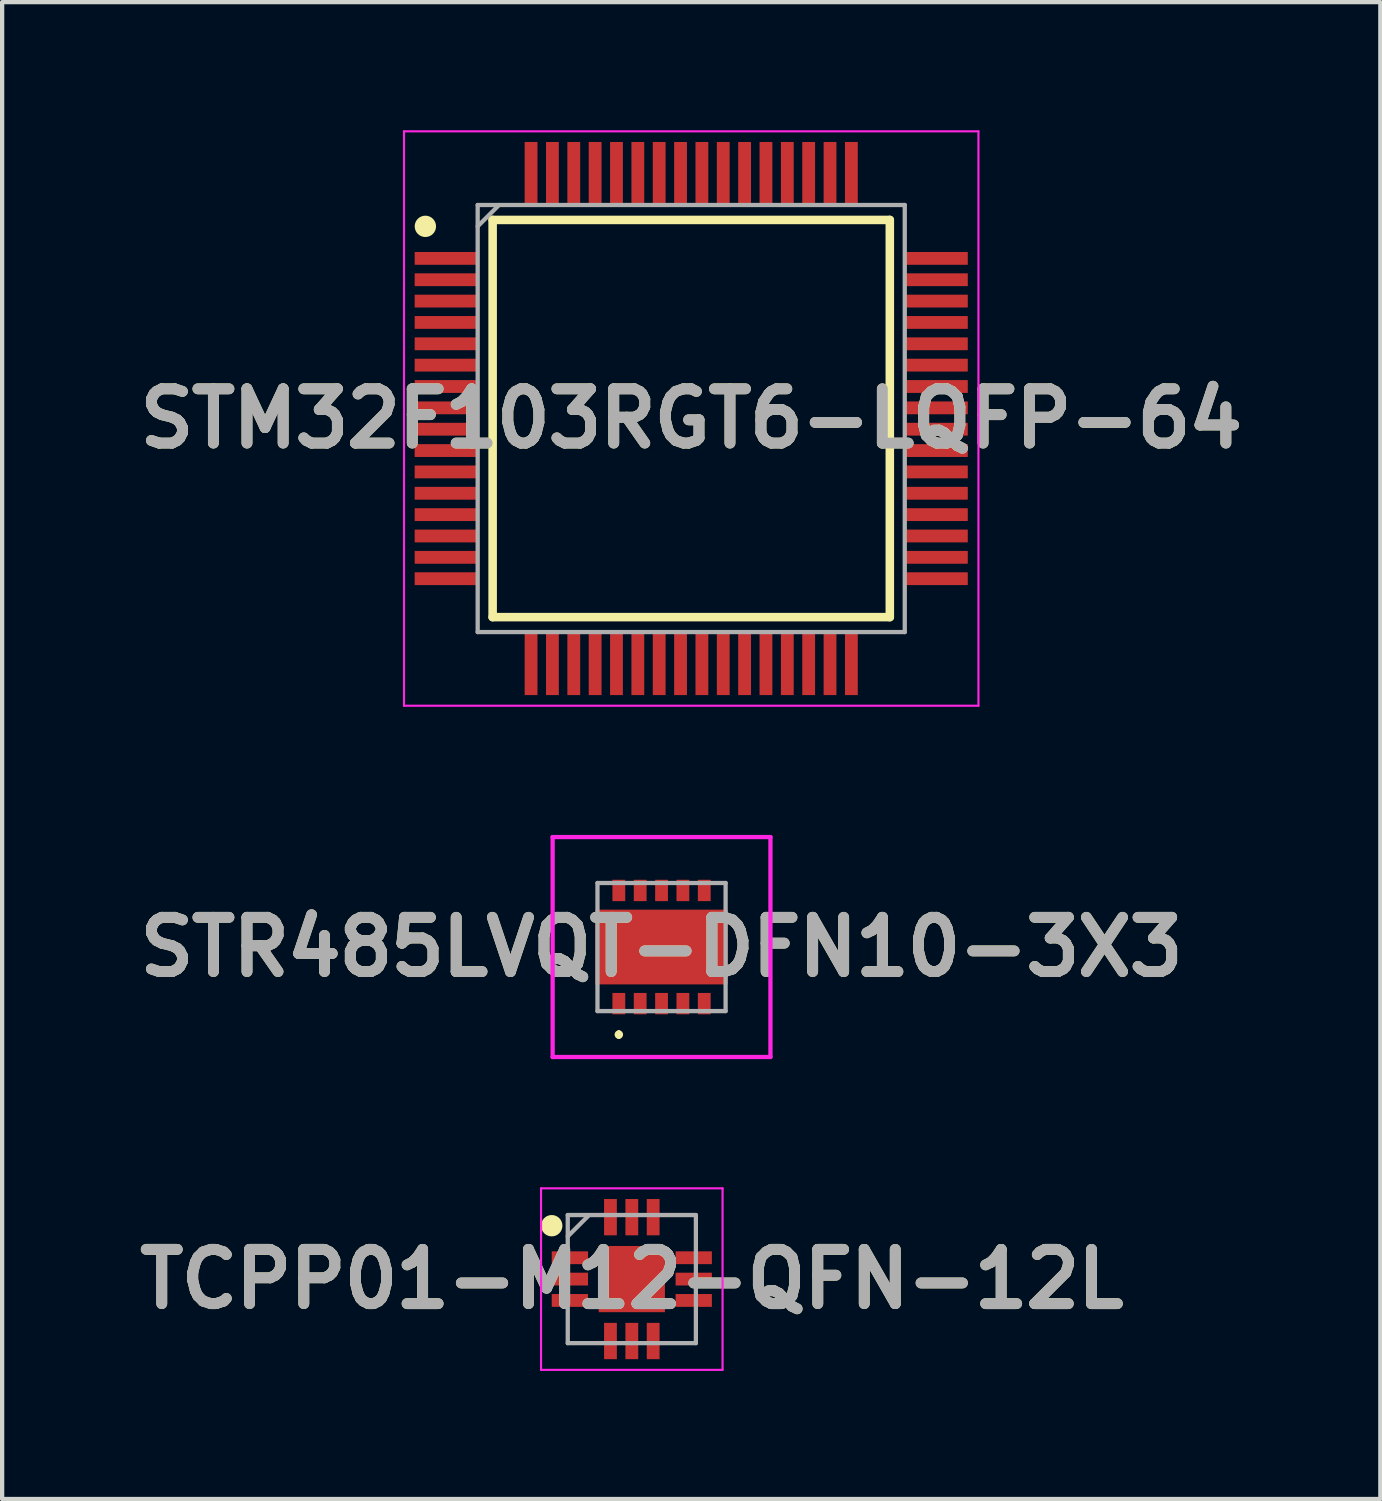
<source format=kicad_pcb>
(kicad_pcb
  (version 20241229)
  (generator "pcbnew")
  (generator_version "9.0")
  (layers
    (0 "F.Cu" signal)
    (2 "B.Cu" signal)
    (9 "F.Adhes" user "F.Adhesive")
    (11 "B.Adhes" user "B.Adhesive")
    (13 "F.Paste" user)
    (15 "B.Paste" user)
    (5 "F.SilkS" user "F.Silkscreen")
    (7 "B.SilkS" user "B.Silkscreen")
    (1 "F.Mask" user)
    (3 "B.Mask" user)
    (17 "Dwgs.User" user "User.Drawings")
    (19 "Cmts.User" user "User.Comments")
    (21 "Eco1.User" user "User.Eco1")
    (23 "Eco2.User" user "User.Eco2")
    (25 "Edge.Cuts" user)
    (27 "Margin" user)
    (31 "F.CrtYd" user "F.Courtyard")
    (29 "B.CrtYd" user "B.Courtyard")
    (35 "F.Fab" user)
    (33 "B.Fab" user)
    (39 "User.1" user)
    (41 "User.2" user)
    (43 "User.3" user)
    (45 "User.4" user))
  (footprint "STM32F103RGT6-LQFP-64"
    (layer "F.Cu")
    (at 13.135 6.75)
    (property "Reference" "STM32F103RGT6-LQFP-64" (at 0 0 0) (layer "F.SilkS") (effects (font (size 1.27 1.27) (thickness 0.254))))
    (attr smd)
    (fp_line (start -4.65 -4.65) (end 4.65 -4.65) (stroke (width 0.2) (type solid)) (layer "F.SilkS"))
    (fp_line (start -4.65 4.65) (end -4.65 -4.65) (stroke (width 0.2) (type solid)) (layer "F.SilkS"))
    (fp_line (start 4.65 -4.65) (end 4.65 4.65) (stroke (width 0.2) (type solid)) (layer "F.SilkS"))
    (fp_line (start 4.65 4.65) (end -4.65 4.65) (stroke (width 0.2) (type solid)) (layer "F.SilkS"))
    (fp_circle (center -6.225 -4.5) (end -6.225 -4.375) (stroke (width 0.25) (type solid)) (fill no) (layer "F.SilkS"))
    (fp_line (start -6.725 -6.725) (end 6.725 -6.725) (stroke (width 0.05) (type solid)) (layer "F.CrtYd"))
    (fp_line (start -6.725 6.725) (end -6.725 -6.725) (stroke (width 0.05) (type solid)) (layer "F.CrtYd"))
    (fp_line (start 6.725 -6.725) (end 6.725 6.725) (stroke (width 0.05) (type solid)) (layer "F.CrtYd"))
    (fp_line (start 6.725 6.725) (end -6.725 6.725) (stroke (width 0.05) (type solid)) (layer "F.CrtYd"))
    (fp_line (start -5 -5) (end 5 -5) (stroke (width 0.1) (type solid)) (layer "F.Fab"))
    (fp_line (start -5 -4.5) (end -4.5 -5) (stroke (width 0.1) (type solid)) (layer "F.Fab"))
    (fp_line (start -5 5) (end -5 -5) (stroke (width 0.1) (type solid)) (layer "F.Fab"))
    (fp_line (start 5 -5) (end 5 5) (stroke (width 0.1) (type solid)) (layer "F.Fab"))
    (fp_line (start 5 5) (end -5 5) (stroke (width 0.1) (type solid)) (layer "F.Fab"))
    (fp_text user "${REFERENCE}" (at 0 0 0) (layer "F.Fab") (effects (font (size 1.27 1.27) (thickness 0.254))))
    (pad "1" smd rect (at -5.738 -3.75 90) (size 0.3 1.475) (layers "F.Cu" "F.Mask" "F.Paste"))
    (pad "2" smd rect (at -5.738 -3.25 90) (size 0.3 1.475) (layers "F.Cu" "F.Mask" "F.Paste"))
    (pad "3" smd rect (at -5.738 -2.75 90) (size 0.3 1.475) (layers "F.Cu" "F.Mask" "F.Paste"))
    (pad "4" smd rect (at -5.738 -2.25 90) (size 0.3 1.475) (layers "F.Cu" "F.Mask" "F.Paste"))
    (pad "5" smd rect (at -5.738 -1.75 90) (size 0.3 1.475) (layers "F.Cu" "F.Mask" "F.Paste"))
    (pad "6" smd rect (at -5.738 -1.25 90) (size 0.3 1.475) (layers "F.Cu" "F.Mask" "F.Paste"))
    (pad "7" smd rect (at -5.738 -0.75 90) (size 0.3 1.475) (layers "F.Cu" "F.Mask" "F.Paste"))
    (pad "8" smd rect (at -5.738 -0.25 90) (size 0.3 1.475) (layers "F.Cu" "F.Mask" "F.Paste"))
    (pad "9" smd rect (at -5.738 0.25 90) (size 0.3 1.475) (layers "F.Cu" "F.Mask" "F.Paste"))
    (pad "10" smd rect (at -5.738 0.75 90) (size 0.3 1.475) (layers "F.Cu" "F.Mask" "F.Paste"))
    (pad "11" smd rect (at -5.738 1.25 90) (size 0.3 1.475) (layers "F.Cu" "F.Mask" "F.Paste"))
    (pad "12" smd rect (at -5.738 1.75 90) (size 0.3 1.475) (layers "F.Cu" "F.Mask" "F.Paste"))
    (pad "13" smd rect (at -5.738 2.25 90) (size 0.3 1.475) (layers "F.Cu" "F.Mask" "F.Paste"))
    (pad "14" smd rect (at -5.738 2.75 90) (size 0.3 1.475) (layers "F.Cu" "F.Mask" "F.Paste"))
    (pad "15" smd rect (at -5.738 3.25 90) (size 0.3 1.475) (layers "F.Cu" "F.Mask" "F.Paste"))
    (pad "16" smd rect (at -5.738 3.75 90) (size 0.3 1.475) (layers "F.Cu" "F.Mask" "F.Paste"))
    (pad "17" smd rect (at -3.75 5.738) (size 0.3 1.475) (layers "F.Cu" "F.Mask" "F.Paste"))
    (pad "18" smd rect (at -3.25 5.738) (size 0.3 1.475) (layers "F.Cu" "F.Mask" "F.Paste"))
    (pad "19" smd rect (at -2.75 5.738) (size 0.3 1.475) (layers "F.Cu" "F.Mask" "F.Paste"))
    (pad "20" smd rect (at -2.25 5.738) (size 0.3 1.475) (layers "F.Cu" "F.Mask" "F.Paste"))
    (pad "21" smd rect (at -1.75 5.738) (size 0.3 1.475) (layers "F.Cu" "F.Mask" "F.Paste"))
    (pad "22" smd rect (at -1.25 5.738) (size 0.3 1.475) (layers "F.Cu" "F.Mask" "F.Paste"))
    (pad "23" smd rect (at -0.75 5.738) (size 0.3 1.475) (layers "F.Cu" "F.Mask" "F.Paste"))
    (pad "24" smd rect (at -0.25 5.738) (size 0.3 1.475) (layers "F.Cu" "F.Mask" "F.Paste"))
    (pad "25" smd rect (at 0.25 5.738) (size 0.3 1.475) (layers "F.Cu" "F.Mask" "F.Paste"))
    (pad "26" smd rect (at 0.75 5.738) (size 0.3 1.475) (layers "F.Cu" "F.Mask" "F.Paste"))
    (pad "27" smd rect (at 1.25 5.738) (size 0.3 1.475) (layers "F.Cu" "F.Mask" "F.Paste"))
    (pad "28" smd rect (at 1.75 5.738) (size 0.3 1.475) (layers "F.Cu" "F.Mask" "F.Paste"))
    (pad "29" smd rect (at 2.25 5.738) (size 0.3 1.475) (layers "F.Cu" "F.Mask" "F.Paste"))
    (pad "30" smd rect (at 2.75 5.738) (size 0.3 1.475) (layers "F.Cu" "F.Mask" "F.Paste"))
    (pad "31" smd rect (at 3.25 5.738) (size 0.3 1.475) (layers "F.Cu" "F.Mask" "F.Paste"))
    (pad "32" smd rect (at 3.75 5.738) (size 0.3 1.475) (layers "F.Cu" "F.Mask" "F.Paste"))
    (pad "33" smd rect (at 5.738 3.75 90) (size 0.3 1.475) (layers "F.Cu" "F.Mask" "F.Paste"))
    (pad "34" smd rect (at 5.738 3.25 90) (size 0.3 1.475) (layers "F.Cu" "F.Mask" "F.Paste"))
    (pad "35" smd rect (at 5.738 2.75 90) (size 0.3 1.475) (layers "F.Cu" "F.Mask" "F.Paste"))
    (pad "36" smd rect (at 5.738 2.25 90) (size 0.3 1.475) (layers "F.Cu" "F.Mask" "F.Paste"))
    (pad "37" smd rect (at 5.738 1.75 90) (size 0.3 1.475) (layers "F.Cu" "F.Mask" "F.Paste"))
    (pad "38" smd rect (at 5.738 1.25 90) (size 0.3 1.475) (layers "F.Cu" "F.Mask" "F.Paste"))
    (pad "39" smd rect (at 5.738 0.75 90) (size 0.3 1.475) (layers "F.Cu" "F.Mask" "F.Paste"))
    (pad "40" smd rect (at 5.738 0.25 90) (size 0.3 1.475) (layers "F.Cu" "F.Mask" "F.Paste"))
    (pad "41" smd rect (at 5.738 -0.25 90) (size 0.3 1.475) (layers "F.Cu" "F.Mask" "F.Paste"))
    (pad "42" smd rect (at 5.738 -0.75 90) (size 0.3 1.475) (layers "F.Cu" "F.Mask" "F.Paste"))
    (pad "43" smd rect (at 5.738 -1.25 90) (size 0.3 1.475) (layers "F.Cu" "F.Mask" "F.Paste"))
    (pad "44" smd rect (at 5.738 -1.75 90) (size 0.3 1.475) (layers "F.Cu" "F.Mask" "F.Paste"))
    (pad "45" smd rect (at 5.738 -2.25 90) (size 0.3 1.475) (layers "F.Cu" "F.Mask" "F.Paste"))
    (pad "46" smd rect (at 5.738 -2.75 90) (size 0.3 1.475) (layers "F.Cu" "F.Mask" "F.Paste"))
    (pad "47" smd rect (at 5.738 -3.25 90) (size 0.3 1.475) (layers "F.Cu" "F.Mask" "F.Paste"))
    (pad "48" smd rect (at 5.738 -3.75 90) (size 0.3 1.475) (layers "F.Cu" "F.Mask" "F.Paste"))
    (pad "49" smd rect (at 3.75 -5.738) (size 0.3 1.475) (layers "F.Cu" "F.Mask" "F.Paste"))
    (pad "50" smd rect (at 3.25 -5.738) (size 0.3 1.475) (layers "F.Cu" "F.Mask" "F.Paste"))
    (pad "51" smd rect (at 2.75 -5.738) (size 0.3 1.475) (layers "F.Cu" "F.Mask" "F.Paste"))
    (pad "52" smd rect (at 2.25 -5.738) (size 0.3 1.475) (layers "F.Cu" "F.Mask" "F.Paste"))
    (pad "53" smd rect (at 1.75 -5.738) (size 0.3 1.475) (layers "F.Cu" "F.Mask" "F.Paste"))
    (pad "54" smd rect (at 1.25 -5.738) (size 0.3 1.475) (layers "F.Cu" "F.Mask" "F.Paste"))
    (pad "55" smd rect (at 0.75 -5.738) (size 0.3 1.475) (layers "F.Cu" "F.Mask" "F.Paste"))
    (pad "56" smd rect (at 0.25 -5.738) (size 0.3 1.475) (layers "F.Cu" "F.Mask" "F.Paste"))
    (pad "57" smd rect (at -0.25 -5.738) (size 0.3 1.475) (layers "F.Cu" "F.Mask" "F.Paste"))
    (pad "58" smd rect (at -0.75 -5.738) (size 0.3 1.475) (layers "F.Cu" "F.Mask" "F.Paste"))
    (pad "59" smd rect (at -1.25 -5.738) (size 0.3 1.475) (layers "F.Cu" "F.Mask" "F.Paste"))
    (pad "60" smd rect (at -1.75 -5.738) (size 0.3 1.475) (layers "F.Cu" "F.Mask" "F.Paste"))
    (pad "61" smd rect (at -2.25 -5.738) (size 0.3 1.475) (layers "F.Cu" "F.Mask" "F.Paste"))
    (pad "62" smd rect (at -2.75 -5.738) (size 0.3 1.475) (layers "F.Cu" "F.Mask" "F.Paste"))
    (pad "63" smd rect (at -3.25 -5.738) (size 0.3 1.475) (layers "F.Cu" "F.Mask" "F.Paste"))
    (pad "64" smd rect (at -3.75 -5.738) (size 0.3 1.475) (layers "F.Cu" "F.Mask" "F.Paste")))
  (footprint "TCPP01-M12-QFN-12L"
    (layer "F.Cu")
    (at 11.744 26.9)
    (property "Reference" "TCPP01-M12-QFN-12L" (at 0 0 0) (layer "F.SilkS") (effects (font (size 1.27 1.27) (thickness 0.254))))
    (attr smd)
    (fp_circle (center -1.875 -1.25) (end -1.875 -1.125) (stroke (width 0.25) (type solid)) (fill no) (layer "F.SilkS"))
    (fp_line (start -2.125 -2.125) (end 2.125 -2.125) (stroke (width 0.05) (type solid)) (layer "F.CrtYd"))
    (fp_line (start -2.125 2.125) (end -2.125 -2.125) (stroke (width 0.05) (type solid)) (layer "F.CrtYd"))
    (fp_line (start 2.125 -2.125) (end 2.125 2.125) (stroke (width 0.05) (type solid)) (layer "F.CrtYd"))
    (fp_line (start 2.125 2.125) (end -2.125 2.125) (stroke (width 0.05) (type solid)) (layer "F.CrtYd"))
    (fp_line (start -1.5 -1.5) (end 1.5 -1.5) (stroke (width 0.1) (type solid)) (layer "F.Fab"))
    (fp_line (start -1.5 -1) (end -1 -1.5) (stroke (width 0.1) (type solid)) (layer "F.Fab"))
    (fp_line (start -1.5 1.5) (end -1.5 -1.5) (stroke (width 0.1) (type solid)) (layer "F.Fab"))
    (fp_line (start 1.5 -1.5) (end 1.5 1.5) (stroke (width 0.1) (type solid)) (layer "F.Fab"))
    (fp_line (start 1.5 1.5) (end -1.5 1.5) (stroke (width 0.1) (type solid)) (layer "F.Fab"))
    (fp_text user "${REFERENCE}" (at 0 0 0) (layer "F.Fab") (effects (font (size 1.27 1.27) (thickness 0.254))))
    (pad "1" smd rect (at -1.45 -0.5 90) (size 0.3 0.85) (layers "F.Cu" "F.Mask" "F.Paste"))
    (pad "2" smd rect (at -1.45 0 90) (size 0.3 0.85) (layers "F.Cu" "F.Mask" "F.Paste"))
    (pad "3" smd rect (at -1.45 0.5 90) (size 0.3 0.85) (layers "F.Cu" "F.Mask" "F.Paste"))
    (pad "4" smd rect (at -0.5 1.45) (size 0.3 0.85) (layers "F.Cu" "F.Mask" "F.Paste"))
    (pad "5" smd rect (at 0 1.45) (size 0.3 0.85) (layers "F.Cu" "F.Mask" "F.Paste"))
    (pad "6" smd rect (at 0.5 1.45) (size 0.3 0.85) (layers "F.Cu" "F.Mask" "F.Paste"))
    (pad "7" smd rect (at 1.45 0.5 90) (size 0.3 0.85) (layers "F.Cu" "F.Mask" "F.Paste"))
    (pad "8" smd rect (at 1.45 0 90) (size 0.3 0.85) (layers "F.Cu" "F.Mask" "F.Paste"))
    (pad "9" smd rect (at 1.45 -0.5 90) (size 0.3 0.85) (layers "F.Cu" "F.Mask" "F.Paste"))
    (pad "10" smd rect (at 0.5 -1.45) (size 0.3 0.85) (layers "F.Cu" "F.Mask" "F.Paste"))
    (pad "11" smd rect (at 0 -1.45) (size 0.3 0.85) (layers "F.Cu" "F.Mask" "F.Paste"))
    (pad "12" smd rect (at -0.5 -1.45) (size 0.3 0.85) (layers "F.Cu" "F.Mask" "F.Paste"))
    (pad "13" smd rect (at 0 0) (size 1.55 1.55) (layers "F.Cu" "F.Mask" "F.Paste")))
  (footprint "STR485LVQT-DFN10-3X3"
    (layer "F.Cu")
    (at 12.44 19.125)
    (property "Reference" "STR485LVQT-DFN10-3X3" (at 0 0 0) (layer "F.SilkS") (effects (font (size 1.27 1.27) (thickness 0.254))))
    (attr smd)
    (fp_line (start -1 2) (end -1 2) (stroke (width 0.1) (type solid)) (layer "F.SilkS"))
    (fp_line (start -1 2.1) (end -1 2.1) (stroke (width 0.1) (type solid)) (layer "F.SilkS"))
    (fp_arc (start -1 2) (mid -0.95 2.05) (end -1 2.1) (stroke (width 0.1) (type solid)) (layer "F.SilkS"))
    (fp_arc (start -1 2.1) (mid -1.05 2.05) (end -1 2) (stroke (width 0.1) (type solid)) (layer "F.SilkS"))
    (fp_line (start -2.55 -2.575) (end 2.55 -2.575) (stroke (width 0.1) (type solid)) (layer "F.CrtYd"))
    (fp_line (start -2.55 2.575) (end -2.55 -2.575) (stroke (width 0.1) (type solid)) (layer "F.CrtYd"))
    (fp_line (start 2.55 -2.575) (end 2.55 2.575) (stroke (width 0.1) (type solid)) (layer "F.CrtYd"))
    (fp_line (start 2.55 2.575) (end -2.55 2.575) (stroke (width 0.1) (type solid)) (layer "F.CrtYd"))
    (fp_line (start -1.5 -1.5) (end -1.5 1.5) (stroke (width 0.1) (type solid)) (layer "F.Fab"))
    (fp_line (start -1.5 1.5) (end 1.5 1.5) (stroke (width 0.1) (type solid)) (layer "F.Fab"))
    (fp_line (start 1.5 -1.5) (end -1.5 -1.5) (stroke (width 0.1) (type solid)) (layer "F.Fab"))
    (fp_line (start 1.5 1.5) (end 1.5 -1.5) (stroke (width 0.1) (type solid)) (layer "F.Fab"))
    (fp_text user "${REFERENCE}" (at 0 0 0) (layer "F.Fab") (effects (font (size 1.27 1.27) (thickness 0.254))))
    (pad "1" smd rect (at -1 1.325) (size 0.3 0.5) (layers "F.Cu" "F.Mask" "F.Paste"))
    (pad "2" smd rect (at -0.5 1.325) (size 0.3 0.5) (layers "F.Cu" "F.Mask" "F.Paste"))
    (pad "3" smd rect (at 0 1.325) (size 0.3 0.5) (layers "F.Cu" "F.Mask" "F.Paste"))
    (pad "4" smd rect (at 0.5 1.325) (size 0.3 0.5) (layers "F.Cu" "F.Mask" "F.Paste"))
    (pad "5" smd rect (at 1 1.325) (size 0.3 0.5) (layers "F.Cu" "F.Mask" "F.Paste"))
    (pad "6" smd rect (at 1 -1.325) (size 0.3 0.5) (layers "F.Cu" "F.Mask" "F.Paste"))
    (pad "7" smd rect (at 0.5 -1.325) (size 0.3 0.5) (layers "F.Cu" "F.Mask" "F.Paste"))
    (pad "8" smd rect (at 0 -1.325) (size 0.3 0.5) (layers "F.Cu" "F.Mask" "F.Paste"))
    (pad "9" smd rect (at -0.5 -1.325) (size 0.3 0.5) (layers "F.Cu" "F.Mask" "F.Paste"))
    (pad "10" smd rect (at -1 -1.325) (size 0.3 0.5) (layers "F.Cu" "F.Mask" "F.Paste"))
    (pad "11" smd rect (at 0 0 90) (size 1.75 3.1) (layers "F.Cu" "F.Mask" "F.Paste")))
  (gr_rect
    (start -3 -3)
    (end 29.271 32.05)
    (stroke (width 0.1) (type default))
    (fill no)
    (layer "Edge.Cuts")))
</source>
